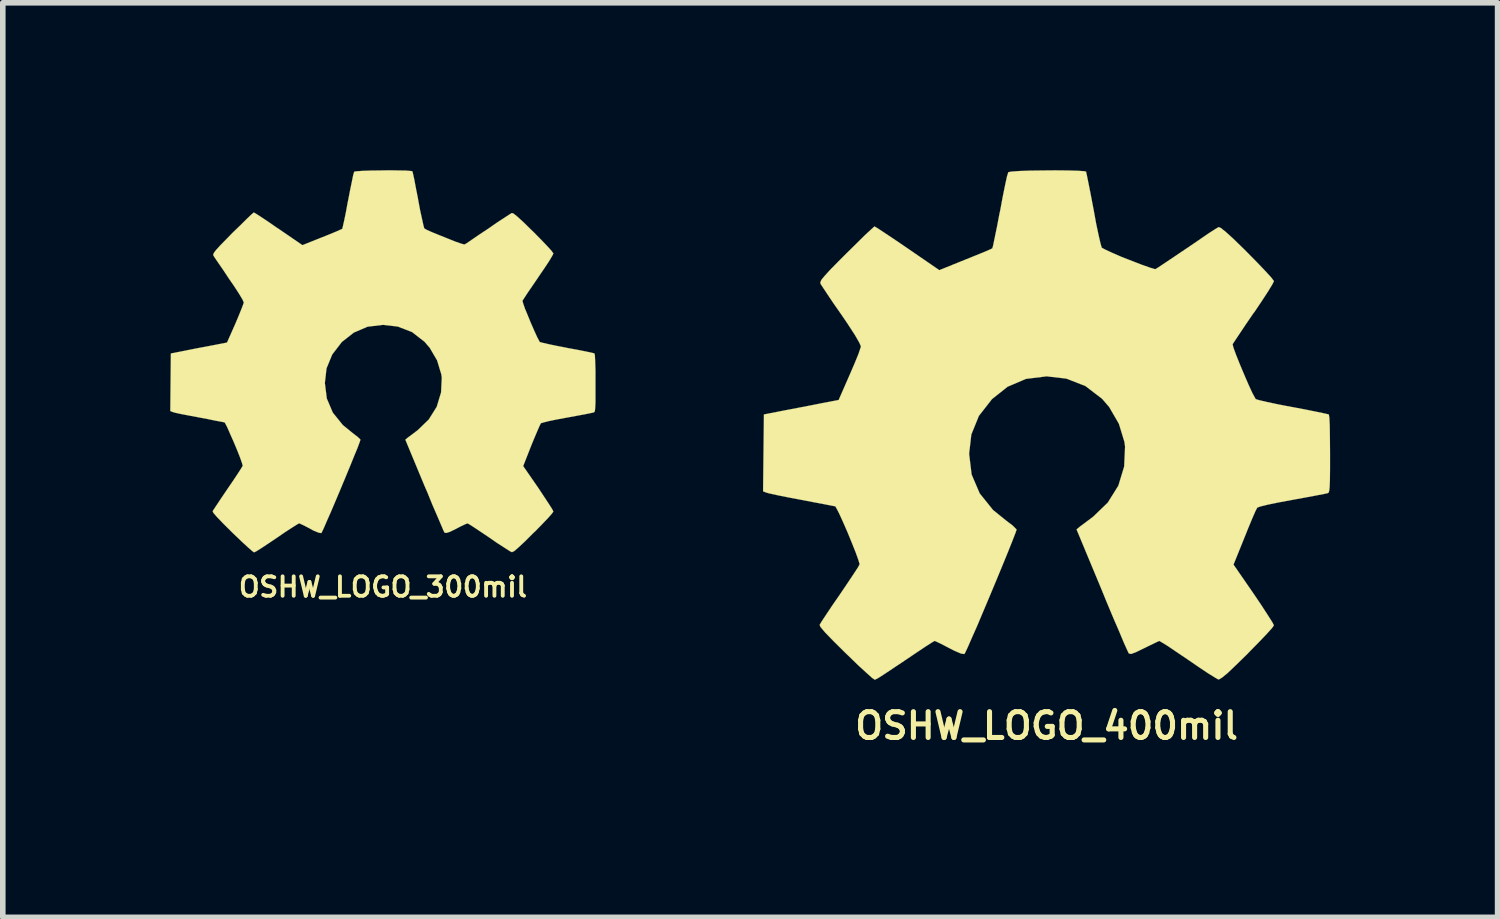
<source format=kicad_pcb>
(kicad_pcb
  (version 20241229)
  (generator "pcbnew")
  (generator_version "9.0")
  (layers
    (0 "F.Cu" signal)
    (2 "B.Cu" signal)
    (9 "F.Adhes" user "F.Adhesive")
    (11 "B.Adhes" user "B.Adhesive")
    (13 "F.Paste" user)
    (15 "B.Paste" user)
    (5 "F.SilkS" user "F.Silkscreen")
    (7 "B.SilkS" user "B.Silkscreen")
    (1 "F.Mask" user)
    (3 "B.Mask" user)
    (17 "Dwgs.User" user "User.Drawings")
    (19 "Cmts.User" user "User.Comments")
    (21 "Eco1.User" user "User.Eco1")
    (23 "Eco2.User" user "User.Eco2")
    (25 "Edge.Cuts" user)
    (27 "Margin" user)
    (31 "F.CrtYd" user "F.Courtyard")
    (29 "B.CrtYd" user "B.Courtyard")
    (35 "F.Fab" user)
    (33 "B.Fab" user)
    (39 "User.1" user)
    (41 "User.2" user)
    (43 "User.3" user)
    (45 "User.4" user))
  (footprint "OSHW_LOGO_300mil"
    (layer "F.Cu")
    (at 3.811 3.425)
    (property "Reference" "OSHW_LOGO_300mil" (at 0 4.041 0) (layer "F.SilkS") (effects (font (size 0.348 0.348) (thickness 0.069))))
    (attr through_hole)
    (fp_poly (pts (xy -2.309 3.421) (xy -2.268 3.401) (xy -2.179 3.345) (xy -2.052 3.261) (xy -1.902 3.16) (xy -1.753 3.058) (xy -1.628 2.977) (xy -1.539 2.921) (xy -1.504 2.901) (xy -1.486 2.906) (xy -1.412 2.941) (xy -1.308 2.995) (xy -1.25 3.028) (xy -1.153 3.068) (xy -1.105 3.076) (xy -1.097 3.063) (xy -1.062 2.99) (xy -1.008 2.865) (xy -0.935 2.7) (xy -0.853 2.507) (xy -0.765 2.299) (xy -0.676 2.085) (xy -0.592 1.882) (xy -0.518 1.699) (xy -0.457 1.552) (xy -0.419 1.45) (xy -0.404 1.405) (xy -0.409 1.394) (xy -0.457 1.349) (xy -0.541 1.285) (xy -0.719 1.14) (xy -0.899 0.917) (xy -1.006 0.665) (xy -1.041 0.386) (xy -1.011 0.124) (xy -0.909 -0.124) (xy -0.737 -0.348) (xy -0.523 -0.516) (xy -0.277 -0.622) (xy 0 -0.655) (xy 0.264 -0.625) (xy 0.521 -0.526) (xy 0.744 -0.353) (xy 0.838 -0.244) (xy 0.97 -0.018) (xy 1.044 0.226) (xy 1.054 0.29) (xy 1.041 0.556) (xy 0.963 0.813) (xy 0.82 1.041) (xy 0.625 1.229) (xy 0.602 1.247) (xy 0.511 1.316) (xy 0.45 1.361) (xy 0.401 1.402) (xy 0.742 2.223) (xy 0.798 2.352) (xy 0.889 2.576) (xy 0.973 2.769) (xy 1.039 2.924) (xy 1.082 3.025) (xy 1.102 3.066) (xy 1.105 3.068) (xy 1.135 3.073) (xy 1.199 3.053) (xy 1.313 2.997) (xy 1.389 2.957) (xy 1.476 2.916) (xy 1.514 2.901) (xy 1.547 2.918) (xy 1.631 2.972) (xy 1.753 3.053) (xy 1.9 3.152) (xy 2.04 3.249) (xy 2.169 3.332) (xy 2.263 3.393) (xy 2.306 3.416) (xy 2.314 3.416) (xy 2.355 3.396) (xy 2.428 3.332) (xy 2.54 3.228) (xy 2.697 3.071) (xy 2.723 3.048) (xy 2.852 2.916) (xy 2.959 2.804) (xy 3.028 2.725) (xy 3.053 2.69) (xy 3.03 2.644) (xy 2.972 2.553) (xy 2.885 2.421) (xy 2.784 2.268) (xy 2.512 1.875) (xy 2.659 1.501) (xy 2.705 1.389) (xy 2.764 1.25) (xy 2.807 1.151) (xy 2.83 1.107) (xy 2.87 1.095) (xy 2.972 1.069) (xy 3.119 1.039) (xy 3.297 1.006) (xy 3.465 0.975) (xy 3.617 0.947) (xy 3.726 0.925) (xy 3.774 0.914) (xy 3.787 0.907) (xy 3.797 0.884) (xy 3.802 0.833) (xy 3.807 0.739) (xy 3.807 0.594) (xy 3.807 0.386) (xy 3.807 0.363) (xy 3.807 0.163) (xy 3.802 0.003) (xy 3.797 -0.102) (xy 3.79 -0.142) (xy 3.744 -0.155) (xy 3.635 -0.178) (xy 3.485 -0.208) (xy 3.302 -0.241) (xy 3.292 -0.244) (xy 3.111 -0.279) (xy 2.962 -0.31) (xy 2.855 -0.335) (xy 2.809 -0.348) (xy 2.802 -0.361) (xy 2.764 -0.432) (xy 2.713 -0.544) (xy 2.654 -0.678) (xy 2.596 -0.82) (xy 2.543 -0.947) (xy 2.51 -1.044) (xy 2.499 -1.087) (xy 2.527 -1.13) (xy 2.588 -1.224) (xy 2.677 -1.354) (xy 2.781 -1.506) (xy 2.789 -1.519) (xy 2.893 -1.671) (xy 2.977 -1.798) (xy 3.033 -1.892) (xy 3.053 -1.933) (xy 3.053 -1.935) (xy 3.02 -1.981) (xy 2.941 -2.068) (xy 2.83 -2.184) (xy 2.697 -2.319) (xy 2.654 -2.36) (xy 2.507 -2.504) (xy 2.403 -2.598) (xy 2.339 -2.649) (xy 2.309 -2.659) (xy 2.263 -2.631) (xy 2.167 -2.568) (xy 2.035 -2.482) (xy 1.882 -2.375) (xy 1.869 -2.367) (xy 1.717 -2.266) (xy 1.59 -2.179) (xy 1.501 -2.118) (xy 1.46 -2.095) (xy 1.455 -2.095) (xy 1.392 -2.113) (xy 1.285 -2.151) (xy 1.151 -2.205) (xy 1.011 -2.261) (xy 0.881 -2.314) (xy 0.785 -2.357) (xy 0.742 -2.383) (xy 0.739 -2.385) (xy 0.724 -2.441) (xy 0.699 -2.555) (xy 0.665 -2.71) (xy 0.63 -2.898) (xy 0.625 -2.929) (xy 0.589 -3.109) (xy 0.561 -3.259) (xy 0.538 -3.363) (xy 0.528 -3.406) (xy 0.503 -3.411) (xy 0.414 -3.419) (xy 0.279 -3.421) (xy 0.114 -3.424) (xy -0.058 -3.421) (xy -0.226 -3.419) (xy -0.368 -3.414) (xy -0.472 -3.406) (xy -0.516 -3.399) (xy -0.516 -3.396) (xy -0.533 -3.34) (xy -0.556 -3.226) (xy -0.589 -3.066) (xy -0.625 -2.88) (xy -0.632 -2.847) (xy -0.665 -2.667) (xy -0.696 -2.517) (xy -0.719 -2.416) (xy -0.729 -2.375) (xy -0.747 -2.367) (xy -0.82 -2.334) (xy -0.942 -2.283) (xy -1.092 -2.223) (xy -1.443 -2.083) (xy -1.869 -2.375) (xy -1.908 -2.4) (xy -2.062 -2.507) (xy -2.189 -2.591) (xy -2.276 -2.647) (xy -2.311 -2.667) (xy -2.316 -2.667) (xy -2.36 -2.629) (xy -2.443 -2.55) (xy -2.558 -2.436) (xy -2.695 -2.304) (xy -2.794 -2.202) (xy -2.911 -2.083) (xy -2.985 -2.002) (xy -3.025 -1.951) (xy -3.04 -1.92) (xy -3.038 -1.897) (xy -3.01 -1.854) (xy -2.946 -1.76) (xy -2.857 -1.631) (xy -2.756 -1.478) (xy -2.67 -1.354) (xy -2.576 -1.209) (xy -2.515 -1.107) (xy -2.494 -1.057) (xy -2.499 -1.036) (xy -2.53 -0.953) (xy -2.581 -0.826) (xy -2.644 -0.676) (xy -2.794 -0.338) (xy -3.015 -0.295) (xy -3.15 -0.269) (xy -3.338 -0.234) (xy -3.518 -0.198) (xy -3.8 -0.142) (xy -3.81 0.889) (xy -3.764 0.907) (xy -3.724 0.919) (xy -3.619 0.942) (xy -3.472 0.97) (xy -3.297 1.003) (xy -3.147 1.031) (xy -2.997 1.062) (xy -2.888 1.082) (xy -2.84 1.092) (xy -2.827 1.107) (xy -2.789 1.181) (xy -2.738 1.298) (xy -2.677 1.435) (xy -2.616 1.58) (xy -2.563 1.714) (xy -2.527 1.816) (xy -2.512 1.869) (xy -2.535 1.908) (xy -2.591 1.996) (xy -2.675 2.123) (xy -2.776 2.271) (xy -2.878 2.421) (xy -2.964 2.55) (xy -3.025 2.642) (xy -3.051 2.682) (xy -3.038 2.713) (xy -2.977 2.784) (xy -2.865 2.901) (xy -2.697 3.068) (xy -2.67 3.094) (xy -2.535 3.223) (xy -2.423 3.327) (xy -2.344 3.396) (xy -2.309 3.421)) (stroke (width 0.003) (type solid)) (fill yes) (layer "F.SilkS")))
  (footprint "OSHW_LOGO_400mil"
    (layer "F.Cu")
    (at 15.701 4.566)
    (property "Reference" "OSHW_LOGO_400mil" (at 0 5.387 0) (layer "F.SilkS") (effects (font (size 0.462 0.462) (thickness 0.091))))
    (attr through_hole)
    (fp_poly (pts (xy -3.078 4.562) (xy -3.025 4.536) (xy -2.906 4.46) (xy -2.738 4.348) (xy -2.537 4.214) (xy -2.337 4.079) (xy -2.169 3.967) (xy -2.055 3.894) (xy -2.007 3.866) (xy -1.981 3.876) (xy -1.885 3.922) (xy -1.745 3.995) (xy -1.666 4.036) (xy -1.537 4.092) (xy -1.476 4.102) (xy -1.463 4.084) (xy -1.417 3.988) (xy -1.344 3.82) (xy -1.247 3.602) (xy -1.138 3.343) (xy -1.021 3.066) (xy -0.902 2.781) (xy -0.79 2.51) (xy -0.691 2.268) (xy -0.612 2.07) (xy -0.559 1.933) (xy -0.538 1.872) (xy -0.546 1.862) (xy -0.61 1.798) (xy -0.721 1.714) (xy -0.96 1.521) (xy -1.199 1.224) (xy -1.344 0.886) (xy -1.389 0.513) (xy -1.349 0.168) (xy -1.214 -0.165) (xy -0.98 -0.465) (xy -0.699 -0.688) (xy -0.371 -0.828) (xy 0 -0.874) (xy 0.353 -0.833) (xy 0.693 -0.701) (xy 0.993 -0.472) (xy 1.12 -0.325) (xy 1.295 -0.023) (xy 1.394 0.302) (xy 1.405 0.386) (xy 1.389 0.742) (xy 1.285 1.085) (xy 1.095 1.389) (xy 0.833 1.641) (xy 0.803 1.664) (xy 0.681 1.755) (xy 0.599 1.816) (xy 0.536 1.869) (xy 0.991 2.962) (xy 1.062 3.137) (xy 1.186 3.434) (xy 1.298 3.693) (xy 1.384 3.899) (xy 1.445 4.034) (xy 1.471 4.089) (xy 1.476 4.092) (xy 1.514 4.1) (xy 1.598 4.069) (xy 1.75 3.995) (xy 1.852 3.945) (xy 1.968 3.889) (xy 2.019 3.866) (xy 2.062 3.891) (xy 2.177 3.962) (xy 2.339 4.072) (xy 2.535 4.204) (xy 2.72 4.331) (xy 2.891 4.445) (xy 3.018 4.524) (xy 3.076 4.557) (xy 3.086 4.557) (xy 3.139 4.526) (xy 3.239 4.445) (xy 3.388 4.303) (xy 3.599 4.097) (xy 3.63 4.064) (xy 3.802 3.889) (xy 3.945 3.739) (xy 4.039 3.635) (xy 4.072 3.586) (xy 4.041 3.528) (xy 3.962 3.404) (xy 3.848 3.228) (xy 3.711 3.025) (xy 3.348 2.499) (xy 3.548 2.004) (xy 3.609 1.852) (xy 3.686 1.666) (xy 3.744 1.534) (xy 3.774 1.478) (xy 3.828 1.458) (xy 3.962 1.425) (xy 4.161 1.384) (xy 4.394 1.341) (xy 4.618 1.3) (xy 4.821 1.262) (xy 4.968 1.234) (xy 5.034 1.219) (xy 5.05 1.212) (xy 5.062 1.179) (xy 5.07 1.11) (xy 5.075 0.988) (xy 5.077 0.795) (xy 5.077 0.513) (xy 5.077 0.483) (xy 5.075 0.216) (xy 5.072 0.003) (xy 5.065 -0.135) (xy 5.055 -0.191) (xy 4.991 -0.206) (xy 4.849 -0.236) (xy 4.646 -0.277) (xy 4.404 -0.323) (xy 4.389 -0.325) (xy 4.15 -0.371) (xy 3.947 -0.414) (xy 3.807 -0.447) (xy 3.747 -0.465) (xy 3.736 -0.483) (xy 3.686 -0.574) (xy 3.617 -0.724) (xy 3.538 -0.907) (xy 3.459 -1.095) (xy 3.391 -1.265) (xy 3.345 -1.392) (xy 3.332 -1.448) (xy 3.332 -1.45) (xy 3.371 -1.509) (xy 3.452 -1.631) (xy 3.569 -1.806) (xy 3.708 -2.009) (xy 3.721 -2.024) (xy 3.858 -2.228) (xy 3.97 -2.4) (xy 4.044 -2.522) (xy 4.072 -2.578) (xy 4.072 -2.581) (xy 4.026 -2.642) (xy 3.922 -2.756) (xy 3.774 -2.911) (xy 3.597 -3.091) (xy 3.541 -3.147) (xy 3.343 -3.34) (xy 3.205 -3.465) (xy 3.119 -3.533) (xy 3.078 -3.548) (xy 3.078 -3.546) (xy 3.018 -3.51) (xy 2.888 -3.426) (xy 2.715 -3.307) (xy 2.51 -3.167) (xy 2.494 -3.157) (xy 2.291 -3.02) (xy 2.121 -2.906) (xy 2.002 -2.827) (xy 1.948 -2.794) (xy 1.941 -2.794) (xy 1.857 -2.819) (xy 1.712 -2.87) (xy 1.534 -2.939) (xy 1.346 -3.012) (xy 1.176 -3.086) (xy 1.049 -3.145) (xy 0.988 -3.178) (xy 0.986 -3.183) (xy 0.965 -3.254) (xy 0.93 -3.406) (xy 0.886 -3.614) (xy 0.841 -3.863) (xy 0.833 -3.904) (xy 0.787 -4.145) (xy 0.747 -4.346) (xy 0.719 -4.483) (xy 0.706 -4.542) (xy 0.671 -4.549) (xy 0.551 -4.557) (xy 0.371 -4.562) (xy 0.152 -4.564) (xy -0.076 -4.562) (xy -0.302 -4.559) (xy -0.493 -4.552) (xy -0.63 -4.542) (xy -0.688 -4.531) (xy -0.688 -4.526) (xy -0.711 -4.453) (xy -0.744 -4.3) (xy -0.787 -4.089) (xy -0.833 -3.84) (xy -0.843 -3.797) (xy -0.889 -3.556) (xy -0.93 -3.358) (xy -0.958 -3.221) (xy -0.973 -3.167) (xy -0.996 -3.155) (xy -1.095 -3.111) (xy -1.257 -3.045) (xy -1.458 -2.964) (xy -1.923 -2.776) (xy -2.492 -3.167) (xy -2.545 -3.203) (xy -2.751 -3.343) (xy -2.918 -3.454) (xy -3.035 -3.531) (xy -3.084 -3.559) (xy -3.089 -3.556) (xy -3.145 -3.505) (xy -3.259 -3.399) (xy -3.411 -3.249) (xy -3.592 -3.071) (xy -3.724 -2.939) (xy -3.881 -2.779) (xy -3.98 -2.67) (xy -4.036 -2.601) (xy -4.054 -2.56) (xy -4.051 -2.532) (xy -4.013 -2.474) (xy -3.929 -2.347) (xy -3.813 -2.174) (xy -3.673 -1.974) (xy -3.559 -1.806) (xy -3.434 -1.613) (xy -3.355 -1.476) (xy -3.327 -1.41) (xy -3.335 -1.382) (xy -3.373 -1.27) (xy -3.442 -1.102) (xy -3.528 -0.902) (xy -3.726 -0.45) (xy -4.021 -0.394) (xy -4.201 -0.358) (xy -4.45 -0.31) (xy -4.691 -0.264) (xy -5.065 -0.191) (xy -5.08 1.186) (xy -5.022 1.209) (xy -4.966 1.224) (xy -4.826 1.255) (xy -4.628 1.295) (xy -4.394 1.339) (xy -4.196 1.377) (xy -3.995 1.415) (xy -3.851 1.443) (xy -3.787 1.455) (xy -3.772 1.478) (xy -3.721 1.575) (xy -3.65 1.73) (xy -3.569 1.915) (xy -3.49 2.108) (xy -3.419 2.286) (xy -3.371 2.421) (xy -3.35 2.492) (xy -3.378 2.545) (xy -3.454 2.662) (xy -3.566 2.83) (xy -3.701 3.03) (xy -3.838 3.228) (xy -3.952 3.399) (xy -4.034 3.523) (xy -4.067 3.579) (xy -4.051 3.617) (xy -3.97 3.713) (xy -3.82 3.868) (xy -3.597 4.089) (xy -3.559 4.125) (xy -3.381 4.298) (xy -3.231 4.435) (xy -3.127 4.529) (xy -3.078 4.562)) (stroke (width 0.003) (type solid)) (fill yes) (layer "F.SilkS")))
  (gr_rect
    (start -3 -3)
    (end 23.78 13.384)
    (stroke (width 0.1) (type default))
    (fill no)
    (layer "Edge.Cuts")))
</source>
